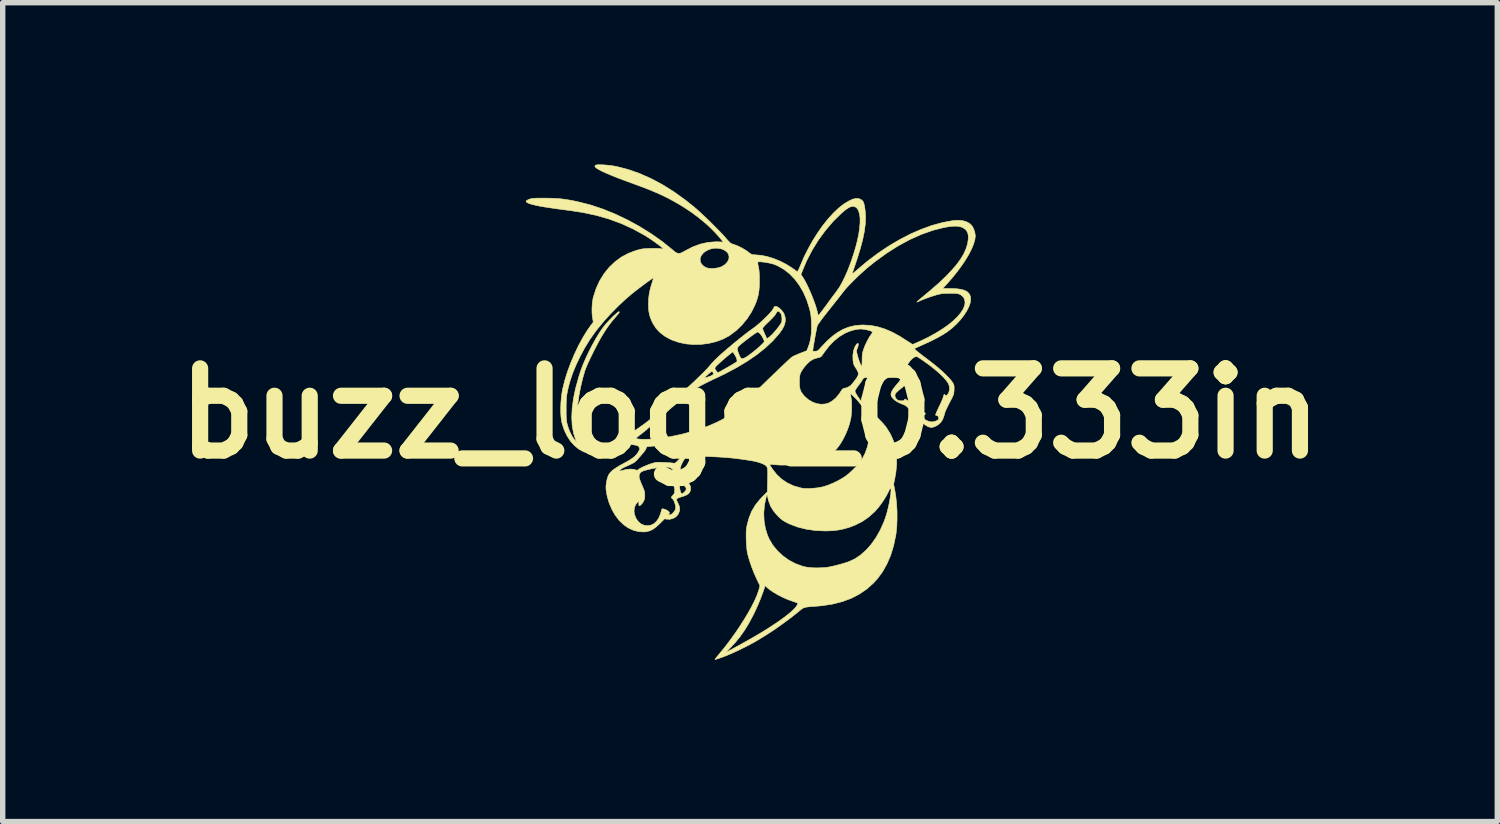
<source format=kicad_pcb>
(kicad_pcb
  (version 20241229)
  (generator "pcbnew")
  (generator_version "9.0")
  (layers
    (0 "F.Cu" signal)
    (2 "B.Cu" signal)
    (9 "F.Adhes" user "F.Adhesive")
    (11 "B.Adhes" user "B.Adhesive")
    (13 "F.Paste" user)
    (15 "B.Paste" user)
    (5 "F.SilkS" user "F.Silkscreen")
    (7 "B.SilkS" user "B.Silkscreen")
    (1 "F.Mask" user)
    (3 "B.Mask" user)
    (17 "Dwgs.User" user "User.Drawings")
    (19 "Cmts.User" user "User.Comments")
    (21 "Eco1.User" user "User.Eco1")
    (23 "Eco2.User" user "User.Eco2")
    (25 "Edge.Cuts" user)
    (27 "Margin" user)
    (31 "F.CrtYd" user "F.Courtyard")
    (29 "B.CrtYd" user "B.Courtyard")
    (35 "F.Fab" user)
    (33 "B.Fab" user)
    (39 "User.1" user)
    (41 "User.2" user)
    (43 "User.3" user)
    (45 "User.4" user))
  (footprint "buzz_logo_0.333in"
    (layer "F.Cu")
    (at 10.857 4.615)
    (property "Reference" "buzz_logo_0.333in" (at 0 0 0) (layer "F.SilkS") (effects (font (size 1.524 1.524) (thickness 0.3))))
    (attr through_hole)
    (fp_poly (pts (xy -2.716 -4.608) (xy -2.653 -4.603) (xy -2.588 -4.596) (xy -2.526 -4.587) (xy -2.48 -4.579) (xy -2.265 -4.524) (xy -2.05 -4.449) (xy -1.837 -4.355) (xy -1.623 -4.241) (xy -1.409 -4.107) (xy -1.193 -3.951) (xy -1.036 -3.826) (xy -0.977 -3.775) (xy -0.909 -3.713) (xy -0.833 -3.642) (xy -0.755 -3.567) (xy -0.677 -3.489) (xy -0.602 -3.414) (xy -0.533 -3.343) (xy -0.475 -3.28) (xy -0.439 -3.238) (xy -0.404 -3.199) (xy -0.378 -3.172) (xy -0.356 -3.154) (xy -0.333 -3.143) (xy -0.308 -3.135) (xy -0.232 -3.107) (xy -0.152 -3.068) (xy -0.076 -3.023) (xy -0.032 -2.991) (xy 0.002 -2.965) (xy 0.026 -2.95) (xy 0.049 -2.942) (xy 0.078 -2.94) (xy 0.098 -2.94) (xy 0.203 -2.931) (xy 0.318 -2.908) (xy 0.437 -2.872) (xy 0.556 -2.823) (xy 0.672 -2.764) (xy 0.78 -2.696) (xy 0.792 -2.687) (xy 0.826 -2.663) (xy 0.854 -2.643) (xy 0.872 -2.632) (xy 0.873 -2.631) (xy 0.883 -2.635) (xy 0.897 -2.657) (xy 0.916 -2.698) (xy 0.932 -2.736) (xy 1.001 -2.898) (xy 1.08 -3.055) (xy 1.164 -3.206) (xy 1.255 -3.349) (xy 1.349 -3.483) (xy 1.446 -3.605) (xy 1.545 -3.713) (xy 1.643 -3.807) (xy 1.74 -3.883) (xy 1.835 -3.94) (xy 1.841 -3.943) (xy 1.906 -3.972) (xy 1.961 -3.986) (xy 2.007 -3.985) (xy 2.049 -3.97) (xy 2.063 -3.961) (xy 2.083 -3.945) (xy 2.098 -3.926) (xy 2.109 -3.899) (xy 2.119 -3.862) (xy 2.128 -3.811) (xy 2.136 -3.749) (xy 2.143 -3.638) (xy 2.138 -3.514) (xy 2.12 -3.376) (xy 2.089 -3.223) (xy 2.045 -3.056) (xy 1.988 -2.872) (xy 1.968 -2.813) (xy 1.948 -2.752) (xy 1.929 -2.697) (xy 1.914 -2.651) (xy 1.903 -2.618) (xy 1.898 -2.602) (xy 1.898 -2.594) (xy 1.907 -2.596) (xy 1.927 -2.61) (xy 1.959 -2.638) (xy 1.979 -2.655) (xy 2.171 -2.817) (xy 2.368 -2.966) (xy 2.569 -3.101) (xy 2.772 -3.221) (xy 2.975 -3.326) (xy 3.177 -3.414) (xy 3.376 -3.486) (xy 3.571 -3.539) (xy 3.759 -3.574) (xy 3.767 -3.575) (xy 3.863 -3.581) (xy 3.949 -3.572) (xy 4.022 -3.549) (xy 4.082 -3.513) (xy 4.117 -3.476) (xy 4.146 -3.424) (xy 4.167 -3.361) (xy 4.177 -3.298) (xy 4.177 -3.286) (xy 4.169 -3.22) (xy 4.146 -3.141) (xy 4.11 -3.053) (xy 4.061 -2.956) (xy 4 -2.853) (xy 3.928 -2.745) (xy 3.847 -2.635) (xy 3.758 -2.523) (xy 3.662 -2.413) (xy 3.657 -2.408) (xy 3.573 -2.316) (xy 3.714 -2.316) (xy 3.82 -2.312) (xy 3.908 -2.301) (xy 3.977 -2.282) (xy 4.029 -2.254) (xy 4.065 -2.217) (xy 4.086 -2.171) (xy 4.092 -2.116) (xy 4.083 -2.05) (xy 4.057 -1.976) (xy 4.016 -1.896) (xy 3.963 -1.815) (xy 3.899 -1.733) (xy 3.825 -1.654) (xy 3.745 -1.58) (xy 3.659 -1.514) (xy 3.636 -1.498) (xy 3.568 -1.456) (xy 3.495 -1.414) (xy 3.415 -1.372) (xy 3.322 -1.326) (xy 3.214 -1.277) (xy 3.207 -1.274) (xy 3.046 -1.201) (xy 3.069 -1.176) (xy 3.084 -1.162) (xy 3.114 -1.138) (xy 3.155 -1.106) (xy 3.205 -1.067) (xy 3.261 -1.025) (xy 3.299 -0.996) (xy 3.394 -0.923) (xy 3.483 -0.85) (xy 3.564 -0.78) (xy 3.634 -0.713) (xy 3.692 -0.653) (xy 3.736 -0.601) (xy 3.759 -0.568) (xy 3.774 -0.54) (xy 3.782 -0.515) (xy 3.785 -0.486) (xy 3.784 -0.445) (xy 3.784 -0.436) (xy 3.781 -0.394) (xy 3.775 -0.36) (xy 3.764 -0.327) (xy 3.745 -0.287) (xy 3.733 -0.264) (xy 3.695 -0.192) (xy 3.666 -0.134) (xy 3.644 -0.089) (xy 3.628 -0.053) (xy 3.616 -0.022) (xy 3.607 0.006) (xy 3.599 0.036) (xy 3.598 0.041) (xy 3.572 0.114) (xy 3.532 0.173) (xy 3.476 0.219) (xy 3.442 0.238) (xy 3.393 0.257) (xy 3.349 0.26) (xy 3.305 0.248) (xy 3.255 0.219) (xy 3.238 0.206) (xy 3.192 0.17) (xy 3.148 0.132) (xy 3.103 0.087) (xy 3.052 0.032) (xy 2.992 -0.036) (xy 2.991 -0.037) (xy 2.953 -0.081) (xy 2.924 -0.111) (xy 2.901 -0.133) (xy 2.878 -0.148) (xy 2.852 -0.16) (xy 2.821 -0.172) (xy 2.751 -0.203) (xy 2.693 -0.238) (xy 2.649 -0.277) (xy 2.621 -0.317) (xy 2.618 -0.33) (xy 2.686 -0.33) (xy 2.696 -0.291) (xy 2.717 -0.264) (xy 2.74 -0.244) (xy 2.764 -0.235) (xy 2.8 -0.233) (xy 2.802 -0.233) (xy 2.835 -0.234) (xy 2.854 -0.24) (xy 2.863 -0.252) (xy 2.864 -0.255) (xy 2.869 -0.263) (xy 2.876 -0.265) (xy 2.89 -0.259) (xy 2.913 -0.244) (xy 2.947 -0.218) (xy 2.972 -0.199) (xy 3.042 -0.145) (xy 3.101 -0.102) (xy 3.152 -0.066) (xy 3.202 -0.034) (xy 3.213 -0.027) (xy 3.24 -0.01) (xy 3.251 0.001) (xy 3.249 0.012) (xy 3.24 0.022) (xy 3.222 0.036) (xy 3.198 0.039) (xy 3.178 0.037) (xy 3.135 0.031) (xy 3.178 0.069) (xy 3.228 0.107) (xy 3.282 0.136) (xy 3.335 0.154) (xy 3.368 0.158) (xy 3.405 0.154) (xy 3.445 0.142) (xy 3.455 0.138) (xy 3.482 0.123) (xy 3.498 0.109) (xy 3.5 0.104) (xy 3.495 0.07) (xy 3.482 0.048) (xy 3.468 0.042) (xy 3.448 0.037) (xy 3.441 0.031) (xy 3.443 0.018) (xy 3.454 -0.011) (xy 3.471 -0.05) (xy 3.493 -0.098) (xy 3.504 -0.12) (xy 3.53 -0.174) (xy 3.553 -0.226) (xy 3.572 -0.272) (xy 3.584 -0.304) (xy 3.586 -0.311) (xy 3.594 -0.341) (xy 3.6 -0.353) (xy 3.607 -0.35) (xy 3.613 -0.343) (xy 3.631 -0.33) (xy 3.652 -0.338) (xy 3.674 -0.366) (xy 3.683 -0.381) (xy 3.699 -0.436) (xy 3.698 -0.494) (xy 3.679 -0.551) (xy 3.675 -0.558) (xy 3.636 -0.614) (xy 3.58 -0.678) (xy 3.507 -0.747) (xy 3.421 -0.821) (xy 3.323 -0.898) (xy 3.213 -0.977) (xy 3.149 -1.02) (xy 3.116 -1.041) (xy 3.094 -1.052) (xy 3.077 -1.053) (xy 3.06 -1.048) (xy 3.056 -1.047) (xy 3.013 -1.02) (xy 2.969 -0.976) (xy 2.929 -0.919) (xy 2.901 -0.868) (xy 2.875 -0.808) (xy 2.86 -0.761) (xy 2.857 -0.726) (xy 2.865 -0.699) (xy 2.88 -0.681) (xy 2.907 -0.648) (xy 2.916 -0.613) (xy 2.907 -0.576) (xy 2.879 -0.535) (xy 2.832 -0.488) (xy 2.795 -0.458) (xy 2.758 -0.428) (xy 2.726 -0.4) (xy 2.704 -0.379) (xy 2.696 -0.37) (xy 2.686 -0.33) (xy 2.618 -0.33) (xy 2.612 -0.354) (xy 2.621 -0.392) (xy 2.646 -0.44) (xy 2.687 -0.496) (xy 2.722 -0.537) (xy 2.76 -0.582) (xy 2.783 -0.615) (xy 2.79 -0.637) (xy 2.783 -0.652) (xy 2.763 -0.66) (xy 2.744 -0.661) (xy 2.707 -0.663) (xy 2.656 -0.664) (xy 2.595 -0.664) (xy 2.526 -0.665) (xy 2.453 -0.665) (xy 2.38 -0.665) (xy 2.309 -0.664) (xy 2.245 -0.663) (xy 2.191 -0.662) (xy 2.15 -0.661) (xy 2.126 -0.66) (xy 2.123 -0.659) (xy 2.102 -0.651) (xy 2.094 -0.641) (xy 2.088 -0.628) (xy 2.071 -0.602) (xy 2.047 -0.567) (xy 2.02 -0.53) (xy 1.99 -0.49) (xy 1.966 -0.455) (xy 1.951 -0.428) (xy 1.946 -0.415) (xy 1.952 -0.393) (xy 1.969 -0.36) (xy 1.993 -0.319) (xy 2.022 -0.277) (xy 2.039 -0.254) (xy 2.095 -0.186) (xy 2.149 -0.123) (xy 2.199 -0.067) (xy 2.243 -0.022) (xy 2.277 0.011) (xy 2.29 0.02) (xy 2.341 0.061) (xy 2.397 0.114) (xy 2.454 0.173) (xy 2.504 0.231) (xy 2.529 0.264) (xy 2.604 0.384) (xy 2.66 0.511) (xy 2.697 0.644) (xy 2.717 0.785) (xy 2.719 0.936) (xy 2.704 1.097) (xy 2.685 1.204) (xy 2.663 1.313) (xy 2.684 1.421) (xy 2.704 1.546) (xy 2.718 1.682) (xy 2.726 1.824) (xy 2.726 1.966) (xy 2.721 2.102) (xy 2.708 2.226) (xy 2.702 2.263) (xy 2.662 2.455) (xy 2.608 2.631) (xy 2.539 2.791) (xy 2.457 2.937) (xy 2.361 3.068) (xy 2.284 3.151) (xy 2.161 3.26) (xy 2.024 3.353) (xy 1.874 3.43) (xy 1.709 3.491) (xy 1.531 3.536) (xy 1.338 3.566) (xy 1.237 3.575) (xy 1.161 3.581) (xy 1.103 3.585) (xy 1.059 3.59) (xy 1.025 3.596) (xy 0.999 3.604) (xy 0.976 3.615) (xy 0.953 3.631) (xy 0.927 3.652) (xy 0.902 3.673) (xy 0.763 3.784) (xy 0.613 3.895) (xy 0.458 4.005) (xy 0.302 4.107) (xy 0.152 4.199) (xy 0.09 4.236) (xy -0.01 4.29) (xy -0.115 4.344) (xy -0.222 4.396) (xy -0.328 4.445) (xy -0.427 4.487) (xy -0.517 4.522) (xy -0.593 4.548) (xy -0.601 4.551) (xy -0.633 4.56) (xy -0.648 4.563) (xy -0.65 4.559) (xy -0.643 4.55) (xy -0.631 4.535) (xy -0.609 4.507) (xy -0.579 4.472) (xy -0.55 4.436) (xy -0.548 4.434) (xy -0.449 4.434) (xy -0.365 4.388) (xy -0.325 4.367) (xy -0.273 4.338) (xy -0.213 4.306) (xy -0.152 4.272) (xy -0.127 4.258) (xy 0.031 4.169) (xy 0.18 4.082) (xy 0.317 3.998) (xy 0.441 3.917) (xy 0.553 3.841) (xy 0.649 3.771) (xy 0.731 3.706) (xy 0.795 3.649) (xy 0.842 3.599) (xy 0.857 3.579) (xy 0.875 3.552) (xy 0.886 3.531) (xy 0.888 3.524) (xy 0.879 3.517) (xy 0.854 3.506) (xy 0.817 3.493) (xy 0.796 3.486) (xy 0.703 3.453) (xy 0.608 3.411) (xy 0.515 3.364) (xy 0.429 3.313) (xy 0.356 3.262) (xy 0.32 3.232) (xy 0.279 3.195) (xy 0.255 3.271) (xy 0.226 3.352) (xy 0.191 3.445) (xy 0.15 3.544) (xy 0.106 3.642) (xy 0.063 3.732) (xy 0.057 3.744) (xy -0.023 3.893) (xy -0.103 4.024) (xy -0.188 4.144) (xy -0.279 4.255) (xy -0.348 4.329) (xy -0.449 4.434) (xy -0.548 4.434) (xy -0.453 4.317) (xy -0.359 4.192) (xy -0.268 4.065) (xy -0.182 3.937) (xy -0.102 3.811) (xy -0.029 3.689) (xy 0.035 3.573) (xy 0.089 3.465) (xy 0.131 3.367) (xy 0.161 3.282) (xy 0.166 3.264) (xy 0.184 3.195) (xy 0.119 3.06) (xy 0.074 2.959) (xy 0.032 2.852) (xy -0.005 2.744) (xy -0.035 2.643) (xy -0.048 2.591) (xy -0.055 2.549) (xy -0.061 2.492) (xy -0.066 2.426) (xy -0.07 2.357) (xy -0.071 2.342) (xy -0.072 2.272) (xy -0.072 2.216) (xy -0.07 2.171) (xy -0.066 2.13) (xy -0.058 2.087) (xy -0.055 2.073) (xy -0.018 1.935) (xy 0.019 1.845) (xy 0.255 1.845) (xy 0.261 1.991) (xy 0.284 2.13) (xy 0.325 2.262) (xy 0.356 2.332) (xy 0.424 2.445) (xy 0.508 2.548) (xy 0.608 2.641) (xy 0.719 2.721) (xy 0.84 2.785) (xy 0.967 2.832) (xy 1.031 2.848) (xy 1.092 2.857) (xy 1.167 2.863) (xy 1.249 2.865) (xy 1.331 2.862) (xy 1.407 2.857) (xy 1.461 2.849) (xy 1.526 2.835) (xy 1.6 2.818) (xy 1.676 2.798) (xy 1.747 2.777) (xy 1.807 2.758) (xy 1.831 2.75) (xy 1.944 2.697) (xy 2.052 2.624) (xy 2.154 2.533) (xy 2.249 2.426) (xy 2.336 2.302) (xy 2.414 2.165) (xy 2.481 2.015) (xy 2.509 1.939) (xy 2.529 1.878) (xy 2.547 1.811) (xy 2.565 1.74) (xy 2.58 1.669) (xy 2.593 1.599) (xy 2.603 1.535) (xy 2.61 1.479) (xy 2.614 1.433) (xy 2.613 1.401) (xy 2.607 1.386) (xy 2.604 1.386) (xy 2.596 1.395) (xy 2.583 1.418) (xy 2.567 1.452) (xy 2.565 1.456) (xy 2.529 1.526) (xy 2.482 1.603) (xy 2.428 1.682) (xy 2.371 1.755) (xy 2.317 1.817) (xy 2.313 1.821) (xy 2.199 1.923) (xy 2.079 2.006) (xy 1.947 2.072) (xy 1.851 2.109) (xy 1.746 2.14) (xy 1.648 2.161) (xy 1.547 2.174) (xy 1.436 2.179) (xy 1.396 2.18) (xy 1.213 2.172) (xy 1.041 2.147) (xy 0.881 2.107) (xy 0.734 2.051) (xy 0.709 2.039) (xy 0.654 2.011) (xy 0.612 1.986) (xy 0.574 1.957) (xy 0.534 1.92) (xy 0.513 1.9) (xy 0.437 1.811) (xy 0.38 1.718) (xy 0.344 1.621) (xy 0.34 1.607) (xy 0.332 1.57) (xy 0.324 1.536) (xy 0.322 1.528) (xy 0.317 1.511) (xy 0.313 1.508) (xy 0.308 1.522) (xy 0.3 1.549) (xy 0.268 1.698) (xy 0.255 1.845) (xy 0.019 1.845) (xy 0.033 1.811) (xy 0.101 1.697) (xy 0.188 1.59) (xy 0.221 1.555) (xy 0.321 1.455) (xy 0.326 1.235) (xy 0.327 1.155) (xy 0.328 1.094) (xy 0.326 1.047) (xy 0.321 1.014) (xy 0.312 0.989) (xy 0.299 0.972) (xy 0.28 0.958) (xy 0.257 0.946) (xy 0.362 0.946) (xy 0.367 0.955) (xy 0.38 0.977) (xy 0.4 1.009) (xy 0.408 1.021) (xy 0.489 1.127) (xy 0.584 1.217) (xy 0.691 1.289) (xy 0.809 1.344) (xy 0.939 1.381) (xy 0.96 1.386) (xy 1.017 1.392) (xy 1.088 1.393) (xy 1.166 1.389) (xy 1.245 1.381) (xy 1.32 1.368) (xy 1.358 1.36) (xy 1.45 1.33) (xy 1.549 1.289) (xy 1.648 1.24) (xy 1.737 1.187) (xy 1.782 1.156) (xy 1.837 1.112) (xy 1.895 1.058) (xy 1.954 0.999) (xy 2.008 0.939) (xy 2.053 0.884) (xy 2.082 0.841) (xy 2.135 0.737) (xy 2.176 0.62) (xy 2.205 0.498) (xy 2.219 0.376) (xy 2.22 0.331) (xy 2.212 0.203) (xy 2.186 0.084) (xy 2.142 -0.028) (xy 2.078 -0.135) (xy 1.995 -0.24) (xy 1.951 -0.286) (xy 1.917 -0.319) (xy 1.889 -0.345) (xy 1.87 -0.362) (xy 1.864 -0.365) (xy 1.863 -0.354) (xy 1.867 -0.328) (xy 1.872 -0.3) (xy 1.881 -0.242) (xy 1.885 -0.171) (xy 1.885 -0.092) (xy 1.881 -0.013) (xy 1.874 0.061) (xy 1.868 0.099) (xy 1.844 0.196) (xy 1.81 0.296) (xy 1.768 0.395) (xy 1.72 0.49) (xy 1.668 0.575) (xy 1.614 0.648) (xy 1.56 0.705) (xy 1.55 0.714) (xy 1.482 0.762) (xy 1.401 0.809) (xy 1.313 0.85) (xy 1.243 0.876) (xy 1.125 0.909) (xy 0.992 0.934) (xy 0.851 0.951) (xy 0.705 0.959) (xy 0.562 0.958) (xy 0.492 0.954) (xy 0.443 0.95) (xy 0.402 0.947) (xy 0.374 0.946) (xy 0.362 0.946) (xy 0.362 0.946) (xy 0.257 0.946) (xy 0.255 0.945) (xy 0.241 0.938) (xy 0.206 0.923) (xy 0.168 0.91) (xy 0.125 0.898) (xy 0.073 0.886) (xy 0.011 0.875) (xy -0.064 0.863) (xy -0.154 0.85) (xy -0.262 0.836) (xy -0.312 0.83) (xy -0.366 0.825) (xy -0.435 0.819) (xy -0.514 0.813) (xy -0.597 0.808) (xy -0.677 0.804) (xy -0.688 0.804) (xy -0.784 0.799) (xy -0.863 0.794) (xy -0.926 0.787) (xy -0.978 0.778) (xy -1.022 0.767) (xy -1.06 0.753) (xy -1.092 0.739) (xy -1.118 0.727) (xy -1.133 0.721) (xy -1.135 0.721) (xy -1.142 0.731) (xy -1.157 0.754) (xy -1.178 0.786) (xy -1.186 0.799) (xy -1.235 0.877) (xy -1.269 0.941) (xy -1.289 0.996) (xy -1.296 1.044) (xy -1.289 1.088) (xy -1.269 1.131) (xy -1.236 1.177) (xy -1.204 1.212) (xy -1.155 1.268) (xy -1.122 1.316) (xy -1.104 1.359) (xy -1.101 1.4) (xy -1.11 1.442) (xy -1.115 1.454) (xy -1.136 1.485) (xy -1.173 1.511) (xy -1.227 1.534) (xy -1.274 1.548) (xy -1.31 1.559) (xy -1.34 1.572) (xy -1.353 1.581) (xy -1.361 1.592) (xy -1.362 1.605) (xy -1.354 1.626) (xy -1.341 1.653) (xy -1.317 1.706) (xy -1.305 1.751) (xy -1.306 1.794) (xy -1.312 1.823) (xy -1.335 1.874) (xy -1.374 1.917) (xy -1.425 1.947) (xy -1.483 1.963) (xy -1.54 1.962) (xy -1.585 1.955) (xy -1.673 2.043) (xy -1.738 2.103) (xy -1.797 2.147) (xy -1.855 2.176) (xy -1.915 2.192) (xy -1.961 2.198) (xy -2.062 2.193) (xy -2.162 2.168) (xy -2.259 2.123) (xy -2.342 2.065) (xy -2.425 1.986) (xy -2.498 1.89) (xy -2.542 1.814) (xy -2.151 1.814) (xy -2.142 1.875) (xy -2.112 1.95) (xy -2.07 2.009) (xy -2.018 2.051) (xy -1.958 2.076) (xy -1.892 2.081) (xy -1.837 2.072) (xy -1.783 2.047) (xy -1.735 2.003) (xy -1.694 1.944) (xy -1.663 1.873) (xy -1.648 1.821) (xy -1.64 1.789) (xy -1.633 1.773) (xy -1.621 1.769) (xy -1.603 1.772) (xy -1.562 1.785) (xy -1.525 1.806) (xy -1.5 1.829) (xy -1.498 1.832) (xy -1.493 1.849) (xy -1.505 1.864) (xy -1.507 1.866) (xy -1.52 1.877) (xy -1.516 1.881) (xy -1.495 1.882) (xy -1.469 1.878) (xy -1.444 1.861) (xy -1.424 1.84) (xy -1.394 1.803) (xy -1.38 1.769) (xy -1.379 1.731) (xy -1.385 1.698) (xy -1.403 1.639) (xy -1.426 1.596) (xy -1.448 1.573) (xy -1.459 1.565) (xy -1.46 1.555) (xy -1.449 1.539) (xy -1.432 1.521) (xy -1.409 1.492) (xy -1.399 1.466) (xy -1.396 1.432) (xy -1.396 1.427) (xy -1.399 1.382) (xy -1.41 1.352) (xy -1.416 1.347) (xy -1.308 1.347) (xy -1.304 1.385) (xy -1.297 1.425) (xy -1.287 1.459) (xy -1.275 1.483) (xy -1.264 1.491) (xy -1.248 1.484) (xy -1.225 1.467) (xy -1.217 1.46) (xy -1.191 1.428) (xy -1.183 1.397) (xy -1.196 1.365) (xy -1.228 1.33) (xy -1.236 1.323) (xy -1.265 1.3) (xy -1.283 1.289) (xy -1.294 1.29) (xy -1.3 1.295) (xy -1.307 1.315) (xy -1.308 1.347) (xy -1.416 1.347) (xy -1.432 1.333) (xy -1.471 1.317) (xy -1.472 1.317) (xy -1.548 1.291) (xy -1.603 1.266) (xy -1.64 1.241) (xy -1.658 1.217) (xy -1.66 1.204) (xy -1.654 1.188) (xy -1.634 1.186) (xy -1.6 1.197) (xy -1.571 1.211) (xy -1.526 1.228) (xy -1.479 1.237) (xy -1.436 1.237) (xy -1.404 1.227) (xy -1.393 1.219) (xy -1.374 1.183) (xy -1.369 1.14) (xy -1.378 1.103) (xy -1.406 1.064) (xy -1.444 1.029) (xy -1.483 1.006) (xy -1.484 1.005) (xy -1.527 0.996) (xy -1.589 0.995) (xy -1.666 1.001) (xy -1.757 1.014) (xy -1.814 1.025) (xy -1.887 1.041) (xy -1.942 1.055) (xy -1.982 1.068) (xy -2.01 1.082) (xy -2.03 1.097) (xy -2.044 1.116) (xy -2.047 1.122) (xy -2.055 1.146) (xy -2.057 1.173) (xy -2.051 1.207) (xy -2.036 1.251) (xy -2.013 1.309) (xy -1.997 1.345) (xy -1.976 1.395) (xy -1.962 1.433) (xy -1.955 1.467) (xy -1.952 1.503) (xy -1.952 1.518) (xy -1.953 1.562) (xy -1.959 1.595) (xy -1.971 1.625) (xy -1.981 1.642) (xy -2.008 1.681) (xy -2.035 1.705) (xy -2.056 1.713) (xy -2.06 1.704) (xy -2.062 1.68) (xy -2.062 1.669) (xy -2.062 1.625) (xy -2.084 1.645) (xy -2.121 1.692) (xy -2.144 1.75) (xy -2.151 1.814) (xy -2.542 1.814) (xy -2.561 1.781) (xy -2.612 1.662) (xy -2.649 1.536) (xy -2.67 1.412) (xy -2.671 1.354) (xy -2.664 1.288) (xy -2.651 1.222) (xy -2.633 1.165) (xy -2.624 1.144) (xy -2.596 1.103) (xy -2.561 1.068) (xy -2.422 1.068) (xy -2.412 1.069) (xy -2.389 1.065) (xy -2.355 1.055) (xy -2.308 1.043) (xy -2.256 1.035) (xy -2.226 1.033) (xy -2.185 1.034) (xy -2.146 1.04) (xy -2.128 1.046) (xy -2.103 1.054) (xy -2.086 1.052) (xy -2.075 1.044) (xy -2.047 1.025) (xy -2.003 1.001) (xy -1.949 0.977) (xy -1.89 0.953) (xy -1.832 0.932) (xy -1.795 0.921) (xy -1.764 0.913) (xy -1.736 0.908) (xy -1.704 0.906) (xy -1.663 0.907) (xy -1.608 0.909) (xy -1.586 0.91) (xy -1.53 0.913) (xy -1.481 0.916) (xy -1.442 0.92) (xy -1.419 0.923) (xy -1.415 0.924) (xy -1.398 0.924) (xy -1.374 0.909) (xy -1.35 0.889) (xy -1.307 0.842) (xy -1.278 0.791) (xy -1.26 0.731) (xy -1.255 0.706) (xy -1.256 0.687) (xy -1.266 0.667) (xy -1.287 0.641) (xy -1.294 0.632) (xy -1.322 0.6) (xy -1.349 0.572) (xy -1.367 0.557) (xy -1.386 0.544) (xy -1.404 0.54) (xy -1.429 0.545) (xy -1.446 0.549) (xy -1.516 0.567) (xy -1.585 0.582) (xy -1.66 0.593) (xy -1.747 0.602) (xy -1.768 0.604) (xy -1.912 0.617) (xy -1.931 0.659) (xy -1.943 0.681) (xy -1.962 0.708) (xy -1.99 0.743) (xy -2.028 0.787) (xy -2.078 0.843) (xy -2.108 0.877) (xy -2.127 0.894) (xy -2.151 0.912) (xy -2.184 0.93) (xy -2.229 0.952) (xy -2.289 0.979) (xy -2.315 0.99) (xy -2.35 1.007) (xy -2.383 1.028) (xy -2.408 1.049) (xy -2.421 1.065) (xy -2.422 1.068) (xy -2.561 1.068) (xy -2.555 1.062) (xy -2.499 1.019) (xy -2.426 0.973) (xy -2.349 0.931) (xy -2.262 0.884) (xy -2.194 0.841) (xy -2.141 0.8) (xy -2.101 0.759) (xy -2.072 0.716) (xy -2.066 0.706) (xy -2.051 0.675) (xy -2.046 0.656) (xy -2.049 0.641) (xy -2.057 0.628) (xy -2.067 0.613) (xy -2.078 0.603) (xy -2.094 0.596) (xy -2.119 0.59) (xy -2.158 0.583) (xy -2.195 0.577) (xy -2.289 0.563) (xy -2.369 0.608) (xy -2.479 0.663) (xy -2.585 0.705) (xy -2.649 0.725) (xy -2.705 0.735) (xy -2.772 0.743) (xy -2.842 0.748) (xy -2.91 0.748) (xy -2.968 0.745) (xy -2.995 0.741) (xy -3.088 0.711) (xy -3.176 0.662) (xy -3.257 0.595) (xy -3.33 0.514) (xy -3.392 0.418) (xy -3.444 0.311) (xy -3.483 0.193) (xy -3.495 0.138) (xy -3.505 0.069) (xy -3.51 -0.016) (xy -3.51 -0.079) (xy -3.409 -0.079) (xy -3.409 -0.003) (xy -3.408 0.056) (xy -3.406 0.102) (xy -3.402 0.139) (xy -3.397 0.171) (xy -3.389 0.202) (xy -3.386 0.216) (xy -3.362 0.289) (xy -3.332 0.361) (xy -3.298 0.426) (xy -3.263 0.478) (xy -3.251 0.494) (xy -3.215 0.534) (xy -3.232 0.492) (xy -3.273 0.365) (xy -3.298 0.225) (xy -3.306 0.071) (xy -3.298 -0.095) (xy -3.274 -0.275) (xy -3.234 -0.467) (xy -3.177 -0.672) (xy -3.144 -0.777) (xy -3.102 -0.891) (xy -3.049 -1.015) (xy -2.989 -1.143) (xy -2.924 -1.27) (xy -2.856 -1.391) (xy -2.788 -1.502) (xy -2.726 -1.592) (xy -2.695 -1.631) (xy -2.657 -1.675) (xy -2.615 -1.721) (xy -2.572 -1.765) (xy -2.53 -1.807) (xy -2.491 -1.842) (xy -2.46 -1.869) (xy -2.437 -1.884) (xy -2.428 -1.886) (xy -2.423 -1.88) (xy -2.428 -1.866) (xy -2.445 -1.843) (xy -2.475 -1.808) (xy -2.486 -1.795) (xy -2.559 -1.709) (xy -2.623 -1.625) (xy -2.685 -1.535) (xy -2.748 -1.433) (xy -2.784 -1.371) (xy -2.823 -1.299) (xy -2.864 -1.22) (xy -2.906 -1.138) (xy -2.946 -1.056) (xy -2.983 -0.978) (xy -3.016 -0.907) (xy -3.041 -0.847) (xy -3.058 -0.802) (xy -3.06 -0.798) (xy -3.103 -0.649) (xy -3.141 -0.49) (xy -3.172 -0.327) (xy -3.195 -0.166) (xy -3.209 -0.011) (xy -3.214 0.131) (xy -3.214 0.132) (xy -3.209 0.263) (xy -3.194 0.376) (xy -3.169 0.471) (xy -3.134 0.547) (xy -3.088 0.605) (xy -3.031 0.646) (xy -2.964 0.669) (xy -2.886 0.676) (xy -2.796 0.665) (xy -2.757 0.656) (xy -2.707 0.642) (xy -2.656 0.624) (xy -2.602 0.601) (xy -2.544 0.573) (xy -2.48 0.537) (xy -2.406 0.494) (xy -2.323 0.441) (xy -2.227 0.379) (xy -2.116 0.304) (xy -2.095 0.291) (xy -1.962 0.197) (xy -1.817 0.086) (xy -1.659 -0.041) (xy -1.489 -0.184) (xy -1.307 -0.343) (xy -1.299 -0.35) (xy -1.211 -0.43) (xy -1.125 -0.508) (xy -1.043 -0.584) (xy -0.969 -0.655) (xy -0.964 -0.659) (xy -0.845 -0.659) (xy -0.844 -0.656) (xy -0.843 -0.656) (xy -0.833 -0.659) (xy -0.808 -0.666) (xy -0.792 -0.671) (xy -0.742 -0.688) (xy -0.704 -0.706) (xy -0.682 -0.723) (xy -0.677 -0.733) (xy -0.683 -0.752) (xy -0.692 -0.767) (xy -0.7 -0.776) (xy -0.709 -0.777) (xy -0.723 -0.77) (xy -0.746 -0.752) (xy -0.776 -0.726) (xy -0.813 -0.693) (xy -0.836 -0.671) (xy -0.845 -0.659) (xy -0.964 -0.659) (xy -0.902 -0.72) (xy -0.845 -0.776) (xy -0.8 -0.823) (xy -0.795 -0.828) (xy -0.65 -0.828) (xy -0.64 -0.808) (xy -0.629 -0.792) (xy -0.61 -0.768) (xy -0.597 -0.758) (xy -0.583 -0.761) (xy -0.578 -0.763) (xy -0.561 -0.772) (xy -0.53 -0.79) (xy -0.488 -0.814) (xy -0.438 -0.842) (xy -0.407 -0.86) (xy -0.356 -0.889) (xy -0.311 -0.916) (xy -0.275 -0.937) (xy -0.252 -0.952) (xy -0.246 -0.957) (xy -0.24 -0.975) (xy -0.245 -1.006) (xy -0.26 -1.044) (xy -0.282 -1.086) (xy -0.293 -1.102) (xy -0.32 -1.142) (xy -0.374 -1.099) (xy -0.421 -1.061) (xy -0.47 -1.019) (xy -0.519 -0.977) (xy -0.563 -0.937) (xy -0.601 -0.902) (xy -0.628 -0.875) (xy -0.64 -0.86) (xy -0.65 -0.843) (xy -0.65 -0.828) (xy -0.795 -0.828) (xy -0.768 -0.858) (xy -0.761 -0.867) (xy -0.735 -0.898) (xy -0.699 -0.938) (xy -0.657 -0.982) (xy -0.619 -1.02) (xy -0.574 -1.063) (xy -0.515 -1.116) (xy -0.446 -1.176) (xy -0.422 -1.196) (xy -0.235 -1.196) (xy -0.232 -1.17) (xy -0.221 -1.137) (xy -0.205 -1.094) (xy -0.204 -1.092) (xy -0.185 -1.048) (xy -0.168 -1.023) (xy -0.147 -1.014) (xy -0.12 -1.02) (xy -0.092 -1.032) (xy -0.061 -1.051) (xy -0.021 -1.078) (xy 0.025 -1.113) (xy 0.074 -1.151) (xy 0.123 -1.192) (xy 0.169 -1.231) (xy 0.209 -1.268) (xy 0.24 -1.299) (xy 0.259 -1.321) (xy 0.264 -1.332) (xy 0.258 -1.358) (xy 0.242 -1.393) (xy 0.221 -1.431) (xy 0.197 -1.465) (xy 0.178 -1.486) (xy 0.146 -1.512) (xy 0.104 -1.489) (xy 0.082 -1.474) (xy 0.047 -1.45) (xy 0.002 -1.417) (xy -0.047 -1.379) (xy -0.088 -1.348) (xy -0.144 -1.304) (xy -0.185 -1.27) (xy -0.213 -1.243) (xy -0.229 -1.22) (xy -0.235 -1.196) (xy -0.422 -1.196) (xy -0.37 -1.24) (xy -0.291 -1.306) (xy -0.211 -1.371) (xy -0.135 -1.432) (xy -0.065 -1.487) (xy -0.005 -1.532) (xy 0.033 -1.559) (xy 0.058 -1.577) (xy 0.232 -1.577) (xy 0.236 -1.562) (xy 0.246 -1.535) (xy 0.261 -1.5) (xy 0.277 -1.462) (xy 0.293 -1.427) (xy 0.306 -1.4) (xy 0.314 -1.386) (xy 0.315 -1.386) (xy 0.325 -1.391) (xy 0.345 -1.406) (xy 0.356 -1.414) (xy 0.386 -1.44) (xy 0.423 -1.477) (xy 0.462 -1.521) (xy 0.5 -1.566) (xy 0.535 -1.611) (xy 0.563 -1.651) (xy 0.582 -1.682) (xy 0.588 -1.697) (xy 0.592 -1.744) (xy 0.589 -1.791) (xy 0.58 -1.833) (xy 0.566 -1.861) (xy 0.565 -1.862) (xy 0.538 -1.888) (xy 0.518 -1.896) (xy 0.501 -1.885) (xy 0.483 -1.854) (xy 0.482 -1.853) (xy 0.458 -1.817) (xy 0.417 -1.77) (xy 0.361 -1.714) (xy 0.345 -1.698) (xy 0.305 -1.66) (xy 0.271 -1.626) (xy 0.246 -1.598) (xy 0.234 -1.581) (xy 0.232 -1.577) (xy 0.058 -1.577) (xy 0.084 -1.596) (xy 0.14 -1.641) (xy 0.198 -1.691) (xy 0.255 -1.744) (xy 0.309 -1.796) (xy 0.356 -1.845) (xy 0.394 -1.888) (xy 0.419 -1.922) (xy 0.426 -1.933) (xy 0.441 -1.961) (xy 0.455 -1.98) (xy 0.46 -1.984) (xy 0.486 -1.984) (xy 0.519 -1.969) (xy 0.555 -1.942) (xy 0.59 -1.907) (xy 0.619 -1.867) (xy 0.634 -1.838) (xy 0.653 -1.773) (xy 0.654 -1.706) (xy 0.637 -1.637) (xy 0.6 -1.563) (xy 0.544 -1.483) (xy 0.539 -1.477) (xy 0.422 -1.344) (xy 0.284 -1.215) (xy 0.126 -1.089) (xy -0.052 -0.967) (xy -0.248 -0.849) (xy -0.463 -0.735) (xy -0.596 -0.671) (xy -0.711 -0.617) (xy -0.809 -0.569) (xy -0.893 -0.526) (xy -0.964 -0.487) (xy -1.027 -0.449) (xy -1.083 -0.412) (xy -1.135 -0.374) (xy -1.186 -0.333) (xy -1.208 -0.314) (xy -1.252 -0.276) (xy -1.303 -0.233) (xy -1.353 -0.192) (xy -1.368 -0.179) (xy -1.405 -0.148) (xy -1.453 -0.108) (xy -1.507 -0.061) (xy -1.563 -0.011) (xy -1.606 0.027) (xy -1.703 0.114) (xy -1.786 0.187) (xy -1.858 0.249) (xy -1.92 0.302) (xy -1.974 0.347) (xy -2.023 0.386) (xy -2.034 0.394) (xy -2.072 0.423) (xy -2.095 0.443) (xy -2.105 0.455) (xy -2.105 0.464) (xy -2.098 0.469) (xy -2.077 0.475) (xy -2.039 0.478) (xy -1.988 0.48) (xy -1.927 0.48) (xy -1.861 0.478) (xy -1.794 0.475) (xy -1.729 0.47) (xy -1.67 0.464) (xy -1.65 0.461) (xy -1.456 0.427) (xy -1.268 0.387) (xy -1.088 0.339) (xy -0.917 0.285) (xy -0.757 0.227) (xy -0.611 0.163) (xy -0.48 0.096) (xy -0.367 0.026) (xy -0.291 -0.031) (xy -0.269 -0.051) (xy -0.232 -0.084) (xy -0.184 -0.129) (xy -0.126 -0.184) (xy -0.059 -0.248) (xy 0.016 -0.319) (xy 0.095 -0.395) (xy 0.179 -0.476) (xy 0.264 -0.558) (xy 0.288 -0.582) (xy 0.915 -0.582) (xy 0.917 -0.511) (xy 0.926 -0.454) (xy 0.944 -0.407) (xy 0.973 -0.362) (xy 1.011 -0.317) (xy 1.08 -0.256) (xy 1.156 -0.211) (xy 1.237 -0.181) (xy 1.319 -0.169) (xy 1.398 -0.175) (xy 1.464 -0.195) (xy 1.526 -0.232) (xy 1.588 -0.284) (xy 1.644 -0.349) (xy 1.676 -0.395) (xy 1.701 -0.434) (xy 1.721 -0.456) (xy 1.738 -0.464) (xy 1.742 -0.465) (xy 1.776 -0.471) (xy 1.815 -0.486) (xy 1.851 -0.506) (xy 1.865 -0.516) (xy 1.88 -0.532) (xy 1.904 -0.56) (xy 1.932 -0.596) (xy 1.947 -0.615) (xy 1.982 -0.663) (xy 2.002 -0.702) (xy 2.009 -0.735) (xy 2.002 -0.769) (xy 1.981 -0.809) (xy 1.963 -0.838) (xy 1.938 -0.878) (xy 1.923 -0.91) (xy 1.915 -0.943) (xy 1.909 -0.987) (xy 1.909 -0.993) (xy 1.907 -1.077) (xy 1.918 -1.156) (xy 1.939 -1.223) (xy 1.97 -1.277) (xy 1.975 -1.282) (xy 1.994 -1.298) (xy 2.005 -1.296) (xy 2.008 -1.279) (xy 2.004 -1.249) (xy 1.99 -1.208) (xy 1.989 -1.206) (xy 1.98 -1.183) (xy 1.976 -1.164) (xy 1.976 -1.143) (xy 1.982 -1.114) (xy 1.993 -1.072) (xy 1.994 -1.066) (xy 2.009 -1.015) (xy 2.026 -0.965) (xy 2.043 -0.922) (xy 2.059 -0.89) (xy 2.07 -0.874) (xy 2.071 -0.873) (xy 2.074 -0.881) (xy 2.076 -0.907) (xy 2.077 -0.945) (xy 2.078 -0.987) (xy 2.079 -1.048) (xy 2.082 -1.094) (xy 2.09 -1.134) (xy 2.101 -1.175) (xy 2.103 -1.179) (xy 2.133 -1.259) (xy 2.172 -1.34) (xy 2.213 -1.415) (xy 2.239 -1.453) (xy 2.259 -1.482) (xy 2.268 -1.5) (xy 2.267 -1.51) (xy 2.258 -1.519) (xy 2.234 -1.53) (xy 2.197 -1.541) (xy 2.151 -1.552) (xy 2.104 -1.56) (xy 2.063 -1.564) (xy 2.049 -1.565) (xy 1.971 -1.557) (xy 1.884 -1.536) (xy 1.795 -1.502) (xy 1.761 -1.486) (xy 1.655 -1.423) (xy 1.555 -1.342) (xy 1.46 -1.242) (xy 1.368 -1.121) (xy 1.365 -1.116) (xy 1.34 -1.08) (xy 1.321 -1.057) (xy 1.303 -1.044) (xy 1.281 -1.036) (xy 1.249 -1.029) (xy 1.248 -1.029) (xy 1.179 -1.008) (xy 1.115 -0.97) (xy 1.054 -0.915) (xy 1.005 -0.856) (xy 0.968 -0.804) (xy 0.942 -0.76) (xy 0.926 -0.718) (xy 0.918 -0.672) (xy 0.915 -0.614) (xy 0.915 -0.582) (xy 0.288 -0.582) (xy 0.348 -0.64) (xy 0.429 -0.718) (xy 0.505 -0.79) (xy 0.574 -0.857) (xy 0.635 -0.915) (xy 0.687 -0.964) (xy 0.729 -1.003) (xy 0.758 -1.029) (xy 0.774 -1.043) (xy 0.774 -1.043) (xy 0.8 -1.058) (xy 0.84 -1.077) (xy 0.889 -1.098) (xy 0.933 -1.116) (xy 1.03 -1.153) (xy 1.162 -1.153) (xy 1.207 -1.153) (xy 1.23 -1.154) (xy 1.248 -1.159) (xy 1.266 -1.171) (xy 1.289 -1.194) (xy 1.316 -1.224) (xy 1.422 -1.336) (xy 1.524 -1.428) (xy 1.625 -1.502) (xy 1.726 -1.559) (xy 1.83 -1.6) (xy 1.938 -1.626) (xy 2.052 -1.638) (xy 2.102 -1.639) (xy 2.233 -1.631) (xy 2.364 -1.607) (xy 2.497 -1.566) (xy 2.633 -1.508) (xy 2.775 -1.431) (xy 2.887 -1.359) (xy 2.932 -1.33) (xy 2.97 -1.306) (xy 2.998 -1.288) (xy 3.014 -1.28) (xy 3.015 -1.28) (xy 3.027 -1.284) (xy 3.055 -1.295) (xy 3.094 -1.312) (xy 3.142 -1.334) (xy 3.163 -1.343) (xy 3.306 -1.412) (xy 3.439 -1.485) (xy 3.56 -1.56) (xy 3.669 -1.635) (xy 3.763 -1.711) (xy 3.842 -1.787) (xy 3.905 -1.861) (xy 3.951 -1.932) (xy 3.979 -1.999) (xy 3.987 -2.056) (xy 3.978 -2.114) (xy 3.953 -2.16) (xy 3.909 -2.196) (xy 3.9 -2.202) (xy 3.88 -2.211) (xy 3.859 -2.218) (xy 3.834 -2.222) (xy 3.8 -2.225) (xy 3.753 -2.226) (xy 3.706 -2.226) (xy 3.642 -2.225) (xy 3.593 -2.223) (xy 3.552 -2.219) (xy 3.512 -2.211) (xy 3.468 -2.2) (xy 3.453 -2.196) (xy 3.391 -2.177) (xy 3.325 -2.155) (xy 3.258 -2.131) (xy 3.197 -2.107) (xy 3.147 -2.086) (xy 3.126 -2.076) (xy 3.104 -2.065) (xy 3.095 -2.065) (xy 3.102 -2.074) (xy 3.123 -2.095) (xy 3.161 -2.127) (xy 3.215 -2.172) (xy 3.217 -2.174) (xy 3.375 -2.306) (xy 3.515 -2.429) (xy 3.637 -2.545) (xy 3.741 -2.655) (xy 3.83 -2.758) (xy 3.902 -2.856) (xy 3.959 -2.95) (xy 4.001 -3.041) (xy 4.029 -3.128) (xy 4.036 -3.159) (xy 4.048 -3.241) (xy 4.046 -3.308) (xy 4.03 -3.363) (xy 3.999 -3.406) (xy 3.953 -3.44) (xy 3.936 -3.449) (xy 3.879 -3.466) (xy 3.804 -3.472) (xy 3.712 -3.466) (xy 3.604 -3.448) (xy 3.601 -3.448) (xy 3.389 -3.394) (xy 3.177 -3.319) (xy 2.963 -3.223) (xy 2.748 -3.107) (xy 2.532 -2.97) (xy 2.316 -2.813) (xy 2.173 -2.698) (xy 2.114 -2.646) (xy 2.049 -2.587) (xy 1.982 -2.524) (xy 1.916 -2.459) (xy 1.855 -2.397) (xy 1.801 -2.34) (xy 1.758 -2.291) (xy 1.736 -2.263) (xy 1.714 -2.235) (xy 1.681 -2.193) (xy 1.64 -2.14) (xy 1.591 -2.079) (xy 1.539 -2.012) (xy 1.484 -1.944) (xy 1.466 -1.921) (xy 1.414 -1.855) (xy 1.366 -1.794) (xy 1.324 -1.738) (xy 1.29 -1.691) (xy 1.264 -1.654) (xy 1.249 -1.631) (xy 1.247 -1.625) (xy 1.241 -1.602) (xy 1.233 -1.563) (xy 1.223 -1.512) (xy 1.212 -1.453) (xy 1.2 -1.391) (xy 1.19 -1.33) (xy 1.18 -1.275) (xy 1.172 -1.229) (xy 1.169 -1.203) (xy 1.162 -1.153) (xy 1.03 -1.153) (xy 1.052 -1.161) (xy 1.077 -1.223) (xy 1.106 -1.307) (xy 1.126 -1.396) (xy 1.137 -1.494) (xy 1.14 -1.606) (xy 1.139 -1.655) (xy 1.136 -1.727) (xy 1.132 -1.784) (xy 1.127 -1.832) (xy 1.118 -1.879) (xy 1.106 -1.93) (xy 1.102 -1.946) (xy 1.053 -2.1) (xy 0.991 -2.243) (xy 0.916 -2.373) (xy 0.83 -2.488) (xy 0.747 -2.574) (xy 0.944 -2.574) (xy 0.98 -2.522) (xy 1.015 -2.465) (xy 1.053 -2.392) (xy 1.092 -2.309) (xy 1.132 -2.218) (xy 1.169 -2.126) (xy 1.202 -2.036) (xy 1.229 -1.954) (xy 1.248 -1.883) (xy 1.253 -1.858) (xy 1.26 -1.833) (xy 1.268 -1.82) (xy 1.269 -1.819) (xy 1.278 -1.827) (xy 1.297 -1.85) (xy 1.324 -1.885) (xy 1.358 -1.93) (xy 1.396 -1.982) (xy 1.411 -2.001) (xy 1.455 -2.062) (xy 1.5 -2.123) (xy 1.542 -2.18) (xy 1.579 -2.229) (xy 1.606 -2.266) (xy 1.608 -2.268) (xy 1.661 -2.345) (xy 1.714 -2.44) (xy 1.768 -2.551) (xy 1.821 -2.674) (xy 1.871 -2.806) (xy 1.918 -2.946) (xy 1.961 -3.089) (xy 1.987 -3.191) (xy 2.014 -3.315) (xy 2.031 -3.429) (xy 2.04 -3.531) (xy 2.04 -3.621) (xy 2.03 -3.697) (xy 2.012 -3.757) (xy 1.986 -3.802) (xy 1.951 -3.829) (xy 1.909 -3.838) (xy 1.872 -3.833) (xy 1.831 -3.815) (xy 1.783 -3.784) (xy 1.726 -3.738) (xy 1.697 -3.713) (xy 1.544 -3.563) (xy 1.401 -3.396) (xy 1.269 -3.217) (xy 1.152 -3.027) (xy 1.05 -2.831) (xy 0.986 -2.68) (xy 0.944 -2.574) (xy 0.747 -2.574) (xy 0.734 -2.588) (xy 0.628 -2.671) (xy 0.513 -2.736) (xy 0.444 -2.765) (xy 0.403 -2.777) (xy 0.354 -2.788) (xy 0.302 -2.798) (xy 0.25 -2.805) (xy 0.205 -2.81) (xy 0.169 -2.811) (xy 0.149 -2.807) (xy 0.147 -2.806) (xy 0.144 -2.789) (xy 0.148 -2.753) (xy 0.155 -2.722) (xy 0.163 -2.685) (xy 0.168 -2.641) (xy 0.172 -2.586) (xy 0.174 -2.517) (xy 0.174 -2.464) (xy 0.173 -2.368) (xy 0.167 -2.287) (xy 0.157 -2.216) (xy 0.141 -2.148) (xy 0.118 -2.077) (xy 0.095 -2.018) (xy 0.03 -1.885) (xy -0.052 -1.757) (xy -0.15 -1.639) (xy -0.259 -1.534) (xy -0.378 -1.445) (xy -0.392 -1.436) (xy -0.507 -1.375) (xy -0.635 -1.329) (xy -0.77 -1.297) (xy -0.911 -1.279) (xy -1.052 -1.277) (xy -1.191 -1.289) (xy -1.324 -1.317) (xy -1.448 -1.361) (xy -1.475 -1.373) (xy -1.581 -1.432) (xy -1.668 -1.498) (xy -1.74 -1.574) (xy -1.797 -1.662) (xy -1.815 -1.697) (xy -1.845 -1.767) (xy -1.865 -1.831) (xy -1.877 -1.897) (xy -1.883 -1.971) (xy -1.884 -2.025) (xy -1.881 -2.118) (xy -1.871 -2.204) (xy -1.854 -2.292) (xy -1.827 -2.389) (xy -1.818 -2.416) (xy -1.805 -2.457) (xy -1.796 -2.49) (xy -1.791 -2.509) (xy -1.79 -2.513) (xy -1.8 -2.509) (xy -1.824 -2.493) (xy -1.859 -2.469) (xy -1.902 -2.438) (xy -1.952 -2.402) (xy -2.004 -2.362) (xy -2.058 -2.322) (xy -2.109 -2.283) (xy -2.155 -2.247) (xy -2.173 -2.233) (xy -2.308 -2.118) (xy -2.446 -1.988) (xy -2.582 -1.85) (xy -2.711 -1.708) (xy -2.827 -1.567) (xy -2.881 -1.496) (xy -2.977 -1.359) (xy -3.067 -1.211) (xy -3.15 -1.057) (xy -3.224 -0.902) (xy -3.287 -0.75) (xy -3.336 -0.605) (xy -3.346 -0.57) (xy -3.368 -0.487) (xy -3.384 -0.418) (xy -3.395 -0.357) (xy -3.403 -0.297) (xy -3.407 -0.232) (xy -3.409 -0.158) (xy -3.409 -0.079) (xy -3.51 -0.079) (xy -3.51 -0.11) (xy -3.506 -0.21) (xy -3.497 -0.309) (xy -3.484 -0.402) (xy -3.474 -0.455) (xy -3.436 -0.609) (xy -3.386 -0.77) (xy -3.325 -0.934) (xy -3.256 -1.098) (xy -3.181 -1.256) (xy -3.1 -1.405) (xy -3.017 -1.54) (xy -2.952 -1.632) (xy -2.906 -1.693) (xy -2.918 -1.758) (xy -2.929 -1.843) (xy -2.931 -1.938) (xy -2.925 -2.036) (xy -2.912 -2.127) (xy -2.905 -2.158) (xy -2.854 -2.314) (xy -2.788 -2.459) (xy -2.707 -2.59) (xy -2.612 -2.708) (xy -2.504 -2.811) (xy -2.424 -2.869) (xy -0.925 -2.869) (xy -0.923 -2.819) (xy -0.902 -2.772) (xy -0.862 -2.731) (xy -0.82 -2.705) (xy -0.774 -2.692) (xy -0.716 -2.687) (xy -0.652 -2.69) (xy -0.59 -2.7) (xy -0.535 -2.717) (xy -0.525 -2.722) (xy -0.466 -2.758) (xy -0.423 -2.802) (xy -0.397 -2.849) (xy -0.388 -2.897) (xy -0.397 -2.945) (xy -0.425 -2.989) (xy -0.439 -3.002) (xy -0.495 -3.038) (xy -0.561 -3.058) (xy -0.632 -3.064) (xy -0.705 -3.056) (xy -0.775 -3.033) (xy -0.838 -2.997) (xy -0.868 -2.972) (xy -0.907 -2.921) (xy -0.925 -2.869) (xy -2.424 -2.869) (xy -2.384 -2.899) (xy -2.252 -2.969) (xy -2.111 -3.022) (xy -2.014 -3.047) (xy -1.975 -3.052) (xy -1.921 -3.056) (xy -1.859 -3.059) (xy -1.794 -3.06) (xy -1.733 -3.059) (xy -1.681 -3.057) (xy -1.645 -3.052) (xy -1.619 -3.048) (xy -1.611 -3.049) (xy -1.615 -3.058) (xy -1.618 -3.062) (xy -1.638 -3.08) (xy -1.671 -3.108) (xy -1.716 -3.141) (xy -1.768 -3.179) (xy -1.823 -3.218) (xy -1.879 -3.255) (xy -1.931 -3.288) (xy -1.959 -3.305) (xy -2.17 -3.421) (xy -2.387 -3.52) (xy -2.612 -3.603) (xy -2.848 -3.671) (xy -3.096 -3.724) (xy -3.32 -3.759) (xy -3.466 -3.778) (xy -3.593 -3.795) (xy -3.702 -3.811) (xy -3.795 -3.825) (xy -3.874 -3.838) (xy -3.94 -3.851) (xy -3.995 -3.863) (xy -4.041 -3.874) (xy -4.08 -3.886) (xy -4.099 -3.893) (xy -4.136 -3.91) (xy -4.152 -3.926) (xy -4.148 -3.942) (xy -4.123 -3.958) (xy -4.092 -3.971) (xy -4.071 -3.978) (xy -4.048 -3.983) (xy -4.021 -3.987) (xy -3.987 -3.989) (xy -3.941 -3.991) (xy -3.881 -3.991) (xy -3.807 -3.991) (xy -3.692 -3.99) (xy -3.59 -3.985) (xy -3.494 -3.977) (xy -3.399 -3.964) (xy -3.297 -3.946) (xy -3.182 -3.922) (xy -3.178 -3.921) (xy -2.954 -3.864) (xy -2.727 -3.788) (xy -2.498 -3.695) (xy -2.271 -3.587) (xy -2.048 -3.465) (xy -1.833 -3.331) (xy -1.628 -3.187) (xy -1.437 -3.033) (xy -1.431 -3.027) (xy -1.388 -2.992) (xy -1.353 -2.972) (xy -1.321 -2.965) (xy -1.286 -2.972) (xy -1.243 -2.992) (xy -1.205 -3.013) (xy -1.067 -3.085) (xy -0.926 -3.138) (xy -0.785 -3.17) (xy -0.645 -3.182) (xy -0.58 -3.181) (xy -0.498 -3.176) (xy -0.518 -3.204) (xy -0.552 -3.247) (xy -0.598 -3.3) (xy -0.652 -3.359) (xy -0.71 -3.418) (xy -0.768 -3.474) (xy -0.82 -3.521) (xy -0.952 -3.63) (xy -1.082 -3.727) (xy -1.216 -3.816) (xy -1.273 -3.852) (xy -1.388 -3.919) (xy -1.501 -3.981) (xy -1.618 -4.039) (xy -1.74 -4.094) (xy -1.873 -4.15) (xy -2.02 -4.206) (xy -2.145 -4.252) (xy -2.305 -4.311) (xy -2.445 -4.363) (xy -2.565 -4.411) (xy -2.665 -4.453) (xy -2.746 -4.49) (xy -2.807 -4.522) (xy -2.849 -4.549) (xy -2.873 -4.571) (xy -2.877 -4.588) (xy -2.864 -4.601) (xy -2.848 -4.607) (xy -2.819 -4.61) (xy -2.773 -4.61) (xy -2.716 -4.608)) (stroke (width 0.01) (type solid)) (fill yes) (layer "F.SilkS")))
  (gr_rect
    (start -3 -3)
    (end 24.713 12.183)
    (stroke (width 0.1) (type default))
    (fill no)
    (layer "Edge.Cuts")))
</source>
